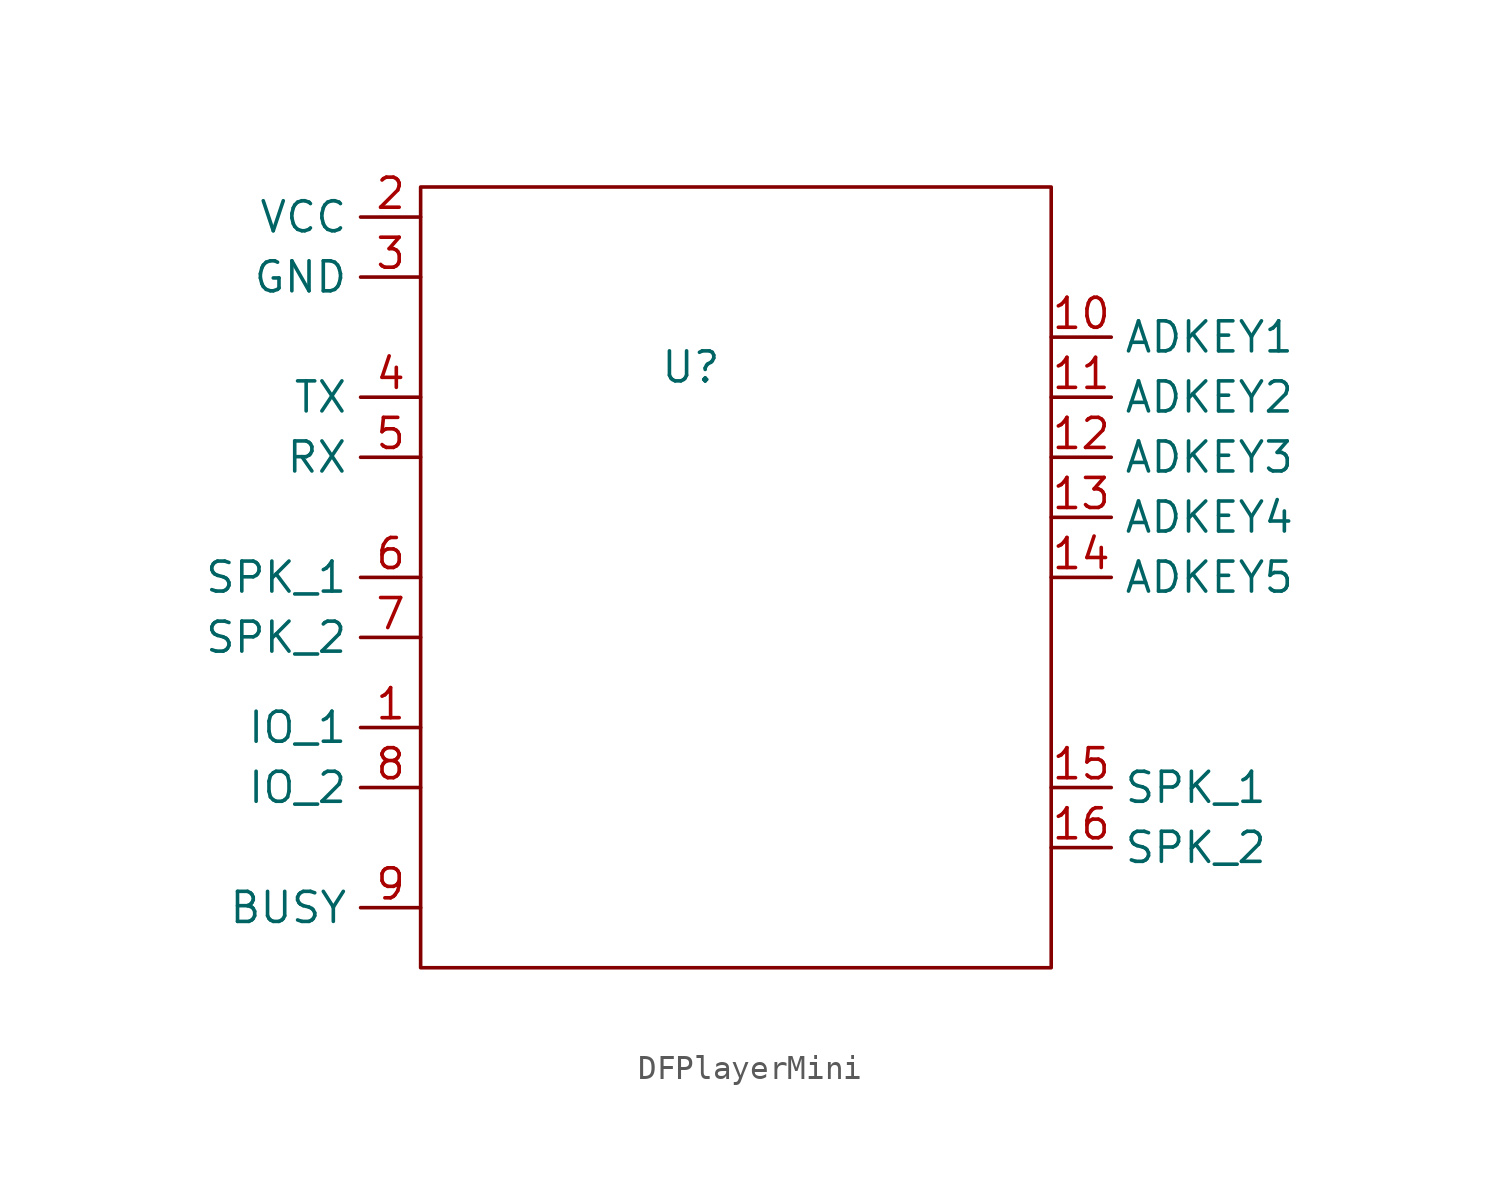
<source format=kicad_sym>
(kicad_symbol_lib
  (version 20241209)
  (generator "kicad_symbol_editor")
  (generator_version "9.0")
  (symbol "DFPlayerMini"
    (property "Reference" "U"
      (at 0 0 0)
      (effects (font (size 1.27 1.27))))
    (property "Value" ""
      (at 0 0 0)
      (effects (font (size 1.27 1.27))))
    (symbol "DFPlayerMini_0_1"
      (rectangle (start -11.43 7.62) (end 15.24 -25.4) (stroke (width 0) (type default)) (fill (type none))))
    (symbol "DFPlayerMini_1_1"
      (pin power_in line (at -11.43 6.35 180) (length 2.54) (name "VCC" (effects (font (size 1.27 1.27)))) (number "2" (effects (font (size 1.27 1.27)))))
      (pin power_in line (at -11.43 3.81 180) (length 2.54) (name "GND" (effects (font (size 1.27 1.27)))) (number "3" (effects (font (size 1.27 1.27)))))
      (pin output line (at -11.43 -1.27 180) (length 2.54) (name "TX" (effects (font (size 1.27 1.27)))) (number "4" (effects (font (size 1.27 1.27)))))
      (pin input line (at -11.43 -3.81 180) (length 2.54) (name "RX" (effects (font (size 1.27 1.27)))) (number "5" (effects (font (size 1.27 1.27)))))
      (pin output line (at -11.43 -8.89 180) (length 2.54) (name "SPK_1" (effects (font (size 1.27 1.27)))) (number "6" (effects (font (size 1.27 1.27)))))
      (pin output line (at -11.43 -11.43 180) (length 2.54) (name "SPK_2" (effects (font (size 1.27 1.27)))) (number "7" (effects (font (size 1.27 1.27)))))
      (pin bidirectional line (at -11.43 -15.24 180) (length 2.54) (name "IO_1" (effects (font (size 1.27 1.27)))) (number "1" (effects (font (size 1.27 1.27)))))
      (pin bidirectional line (at -11.43 -17.78 180) (length 2.54) (name "IO_2" (effects (font (size 1.27 1.27)))) (number "8" (effects (font (size 1.27 1.27)))))
      (pin output line (at -11.43 -22.86 180) (length 2.54) (name "BUSY" (effects (font (size 1.27 1.27)))) (number "9" (effects (font (size 1.27 1.27)))))
      (pin input line (at 15.24 1.27 0) (length 2.54) (name "ADKEY1" (effects (font (size 1.27 1.27)))) (number "10" (effects (font (size 1.27 1.27)))))
      (pin input line (at 15.24 -1.27 0) (length 2.54) (name "ADKEY2" (effects (font (size 1.27 1.27)))) (number "11" (effects (font (size 1.27 1.27)))))
      (pin input line (at 15.24 -3.81 0) (length 2.54) (name "ADKEY3" (effects (font (size 1.27 1.27)))) (number "12" (effects (font (size 1.27 1.27)))))
      (pin input line (at 15.24 -6.35 0) (length 2.54) (name "ADKEY4" (effects (font (size 1.27 1.27)))) (number "13" (effects (font (size 1.27 1.27)))))
      (pin input line (at 15.24 -8.89 0) (length 2.54) (name "ADKEY5" (effects (font (size 1.27 1.27)))) (number "14" (effects (font (size 1.27 1.27)))))
      (pin output line (at 15.24 -17.78 0) (length 2.54) (name "SPK_1" (effects (font (size 1.27 1.27)))) (number "15" (effects (font (size 1.27 1.27)))))
      (pin output line (at 15.24 -20.32 0) (length 2.54) (name "SPK_2" (effects (font (size 1.27 1.27)))) (number "16" (effects (font (size 1.27 1.27))))))))
</source>
